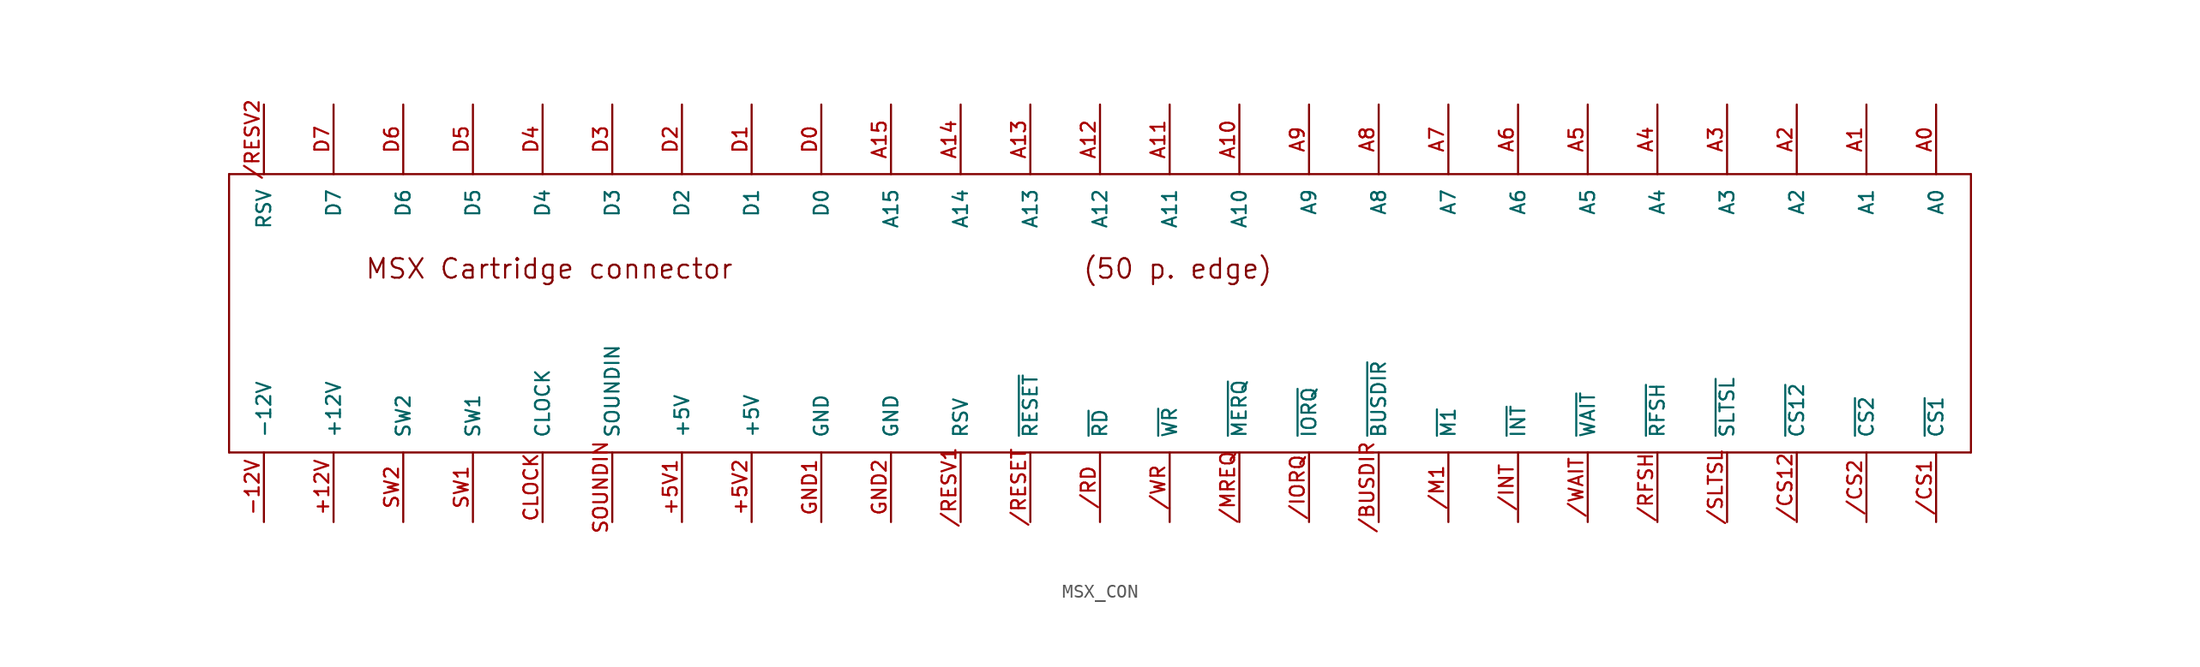
<source format=kicad_sym>
(kicad_symbol_lib
  (version 20211014)
  (generator kicad_symbol_editor)
  (symbol "MSX_CON"
    (pin_names
      (offset 1.016))
    (property "Reference" "EDG"
      (at 2.54 22.86 0)
      (effects (font (size 1.143 1.143)) hide))
    (property "ki_locked" ""
      (at 0 0 0)
      (effects (font (size 1.27 1.27))))
    (symbol "MSX_CON_1_0"
      (polyline (pts (xy -58.42 -10.16) (xy 68.58 -10.16)) (stroke (width 0) (type default) (color 0 0 0 0)) (fill (type none)))
      (polyline (pts (xy -58.42 10.16) (xy -58.42 -10.16)) (stroke (width 0) (type default) (color 0 0 0 0)) (fill (type none)))
      (polyline (pts (xy 68.58 -10.16) (xy 68.58 10.16)) (stroke (width 0) (type default) (color 0 0 0 0)) (fill (type none)))
      (polyline (pts (xy 68.58 10.16) (xy -58.42 10.16)) (stroke (width 0) (type default) (color 0 0 0 0)) (fill (type none)))
      (text "(50 p. edge)" (at 10.744 3.251 0) (effects (font (size 1.422 1.422))))
      (text "MSX Cartridge connector" (at -35.077 3.251 0) (effects (font (size 1.422 1.422)))))
    (symbol "MSX_CON_1_1"
      (pin power_out line (at -50.8 -15.24 90) (length 5.08) (name "+12V" (effects (font (size 1.016 1.016)))) (number "+12V" (effects (font (size 1.016 1.016)))))
      (pin power_in line (at -25.4 -15.24 90) (length 5.08) (name "+5V" (effects (font (size 1.016 1.016)))) (number "+5V1" (effects (font (size 1.016 1.016)))))
      (pin power_in line (at -20.32 -15.24 90) (length 5.08) (name "+5V" (effects (font (size 1.016 1.016)))) (number "+5V2" (effects (font (size 1.016 1.016)))))
      (pin power_out line (at -55.88 -15.24 90) (length 5.08) (name "-12V" (effects (font (size 1.016 1.016)))) (number "-12V" (effects (font (size 1.016 1.016)))))
      (pin input line (at 25.4 -15.24 90) (length 5.08) (name "~{BUSDIR}" (effects (font (size 1.016 1.016)))) (number "/BUSDIR" (effects (font (size 1.016 1.016)))))
      (pin output line (at 66.04 -15.24 90) (length 5.08) (name "~{CS1}" (effects (font (size 1.016 1.016)))) (number "/CS1" (effects (font (size 1.016 1.016)))))
      (pin output line (at 55.88 -15.24 90) (length 5.08) (name "~{CS12}" (effects (font (size 1.016 1.016)))) (number "/CS12" (effects (font (size 1.016 1.016)))))
      (pin output line (at 60.96 -15.24 90) (length 5.08) (name "~{CS2}" (effects (font (size 1.016 1.016)))) (number "/CS2" (effects (font (size 1.016 1.016)))))
      (pin input line (at 35.56 -15.24 90) (length 5.08) (name "~{INT}" (effects (font (size 1.016 1.016)))) (number "/INT" (effects (font (size 1.016 1.016)))))
      (pin output line (at 20.32 -15.24 90) (length 5.08) (name "~{IORQ}" (effects (font (size 1.016 1.016)))) (number "/IORQ" (effects (font (size 1.016 1.016)))))
      (pin output line (at 30.48 -15.24 90) (length 5.08) (name "~{M1}" (effects (font (size 1.016 1.016)))) (number "/M1" (effects (font (size 1.016 1.016)))))
      (pin output line (at 15.24 -15.24 90) (length 5.08) (name "~{MERQ}" (effects (font (size 1.016 1.016)))) (number "/MREQ" (effects (font (size 1.016 1.016)))))
      (pin output line (at 5.08 -15.24 90) (length 5.08) (name "~{RD}" (effects (font (size 1.016 1.016)))) (number "/RD" (effects (font (size 1.016 1.016)))))
      (pin output line (at 0 -15.24 90) (length 5.08) (name "~{RESET}" (effects (font (size 1.016 1.016)))) (number "/RESET" (effects (font (size 1.016 1.016)))))
      (pin unspecified line (at -5.08 -15.24 90) (length 5.08) (name "RSV" (effects (font (size 1.016 1.016)))) (number "/RESV1" (effects (font (size 1.016 1.016)))))
      (pin unspecified line (at -55.88 15.24 270) (length 5.08) (name "RSV" (effects (font (size 1.016 1.016)))) (number "/RESV2" (effects (font (size 1.016 1.016)))))
      (pin output line (at 45.72 -15.24 90) (length 5.08) (name "~{RFSH}" (effects (font (size 1.016 1.016)))) (number "/RFSH" (effects (font (size 1.016 1.016)))))
      (pin output line (at 50.8 -15.24 90) (length 5.08) (name "~{SLTSL}" (effects (font (size 1.016 1.016)))) (number "/SLTSL" (effects (font (size 1.016 1.016)))))
      (pin input line (at 40.64 -15.24 90) (length 5.08) (name "~{WAIT}" (effects (font (size 1.016 1.016)))) (number "/WAIT" (effects (font (size 1.016 1.016)))))
      (pin output line (at 10.16 -15.24 90) (length 5.08) (name "~{WR}" (effects (font (size 1.016 1.016)))) (number "/WR" (effects (font (size 1.016 1.016)))))
      (pin output line (at 66.04 15.24 270) (length 5.08) (name "A0" (effects (font (size 1.016 1.016)))) (number "A0" (effects (font (size 1.016 1.016)))))
      (pin output line (at 60.96 15.24 270) (length 5.08) (name "A1" (effects (font (size 1.016 1.016)))) (number "A1" (effects (font (size 1.016 1.016)))))
      (pin output line (at 15.24 15.24 270) (length 5.08) (name "A10" (effects (font (size 1.016 1.016)))) (number "A10" (effects (font (size 1.016 1.016)))))
      (pin output line (at 10.16 15.24 270) (length 5.08) (name "A11" (effects (font (size 1.016 1.016)))) (number "A11" (effects (font (size 1.016 1.016)))))
      (pin output line (at 5.08 15.24 270) (length 5.08) (name "A12" (effects (font (size 1.016 1.016)))) (number "A12" (effects (font (size 1.016 1.016)))))
      (pin output line (at 0 15.24 270) (length 5.08) (name "A13" (effects (font (size 1.016 1.016)))) (number "A13" (effects (font (size 1.016 1.016)))))
      (pin output line (at -5.08 15.24 270) (length 5.08) (name "A14" (effects (font (size 1.016 1.016)))) (number "A14" (effects (font (size 1.016 1.016)))))
      (pin output line (at -10.16 15.24 270) (length 5.08) (name "A15" (effects (font (size 1.016 1.016)))) (number "A15" (effects (font (size 1.016 1.016)))))
      (pin output line (at 55.88 15.24 270) (length 5.08) (name "A2" (effects (font (size 1.016 1.016)))) (number "A2" (effects (font (size 1.016 1.016)))))
      (pin output line (at 50.8 15.24 270) (length 5.08) (name "A3" (effects (font (size 1.016 1.016)))) (number "A3" (effects (font (size 1.016 1.016)))))
      (pin output line (at 45.72 15.24 270) (length 5.08) (name "A4" (effects (font (size 1.016 1.016)))) (number "A4" (effects (font (size 1.016 1.016)))))
      (pin output line (at 40.64 15.24 270) (length 5.08) (name "A5" (effects (font (size 1.016 1.016)))) (number "A5" (effects (font (size 1.016 1.016)))))
      (pin output line (at 35.56 15.24 270) (length 5.08) (name "A6" (effects (font (size 1.016 1.016)))) (number "A6" (effects (font (size 1.016 1.016)))))
      (pin output line (at 30.48 15.24 270) (length 5.08) (name "A7" (effects (font (size 1.016 1.016)))) (number "A7" (effects (font (size 1.016 1.016)))))
      (pin output line (at 25.4 15.24 270) (length 5.08) (name "A8" (effects (font (size 1.016 1.016)))) (number "A8" (effects (font (size 1.016 1.016)))))
      (pin output line (at 20.32 15.24 270) (length 5.08) (name "A9" (effects (font (size 1.016 1.016)))) (number "A9" (effects (font (size 1.016 1.016)))))
      (pin output line (at -35.56 -15.24 90) (length 5.08) (name "CLOCK" (effects (font (size 1.016 1.016)))) (number "CLOCK" (effects (font (size 1.016 1.016)))))
      (pin bidirectional line (at -15.24 15.24 270) (length 5.08) (name "D0" (effects (font (size 1.016 1.016)))) (number "D0" (effects (font (size 1.016 1.016)))))
      (pin bidirectional line (at -20.32 15.24 270) (length 5.08) (name "D1" (effects (font (size 1.016 1.016)))) (number "D1" (effects (font (size 1.016 1.016)))))
      (pin bidirectional line (at -25.4 15.24 270) (length 5.08) (name "D2" (effects (font (size 1.016 1.016)))) (number "D2" (effects (font (size 1.016 1.016)))))
      (pin bidirectional line (at -30.48 15.24 270) (length 5.08) (name "D3" (effects (font (size 1.016 1.016)))) (number "D3" (effects (font (size 1.016 1.016)))))
      (pin bidirectional line (at -35.56 15.24 270) (length 5.08) (name "D4" (effects (font (size 1.016 1.016)))) (number "D4" (effects (font (size 1.016 1.016)))))
      (pin bidirectional line (at -40.64 15.24 270) (length 5.08) (name "D5" (effects (font (size 1.016 1.016)))) (number "D5" (effects (font (size 1.016 1.016)))))
      (pin bidirectional line (at -45.72 15.24 270) (length 5.08) (name "D6" (effects (font (size 1.016 1.016)))) (number "D6" (effects (font (size 1.016 1.016)))))
      (pin bidirectional line (at -50.8 15.24 270) (length 5.08) (name "D7" (effects (font (size 1.016 1.016)))) (number "D7" (effects (font (size 1.016 1.016)))))
      (pin power_in line (at -15.24 -15.24 90) (length 5.08) (name "GND" (effects (font (size 1.016 1.016)))) (number "GND1" (effects (font (size 1.016 1.016)))))
      (pin power_in line (at -10.16 -15.24 90) (length 5.08) (name "GND" (effects (font (size 1.016 1.016)))) (number "GND2" (effects (font (size 1.016 1.016)))))
      (pin input line (at -30.48 -15.24 90) (length 5.08) (name "SOUNDIN" (effects (font (size 1.016 1.016)))) (number "SOUNDIN" (effects (font (size 1.016 1.016)))))
      (pin passive line (at -40.64 -15.24 90) (length 5.08) (name "SW1" (effects (font (size 1.016 1.016)))) (number "SW1" (effects (font (size 1.016 1.016)))))
      (pin passive line (at -45.72 -15.24 90) (length 5.08) (name "SW2" (effects (font (size 1.016 1.016)))) (number "SW2" (effects (font (size 1.016 1.016))))))))
</source>
